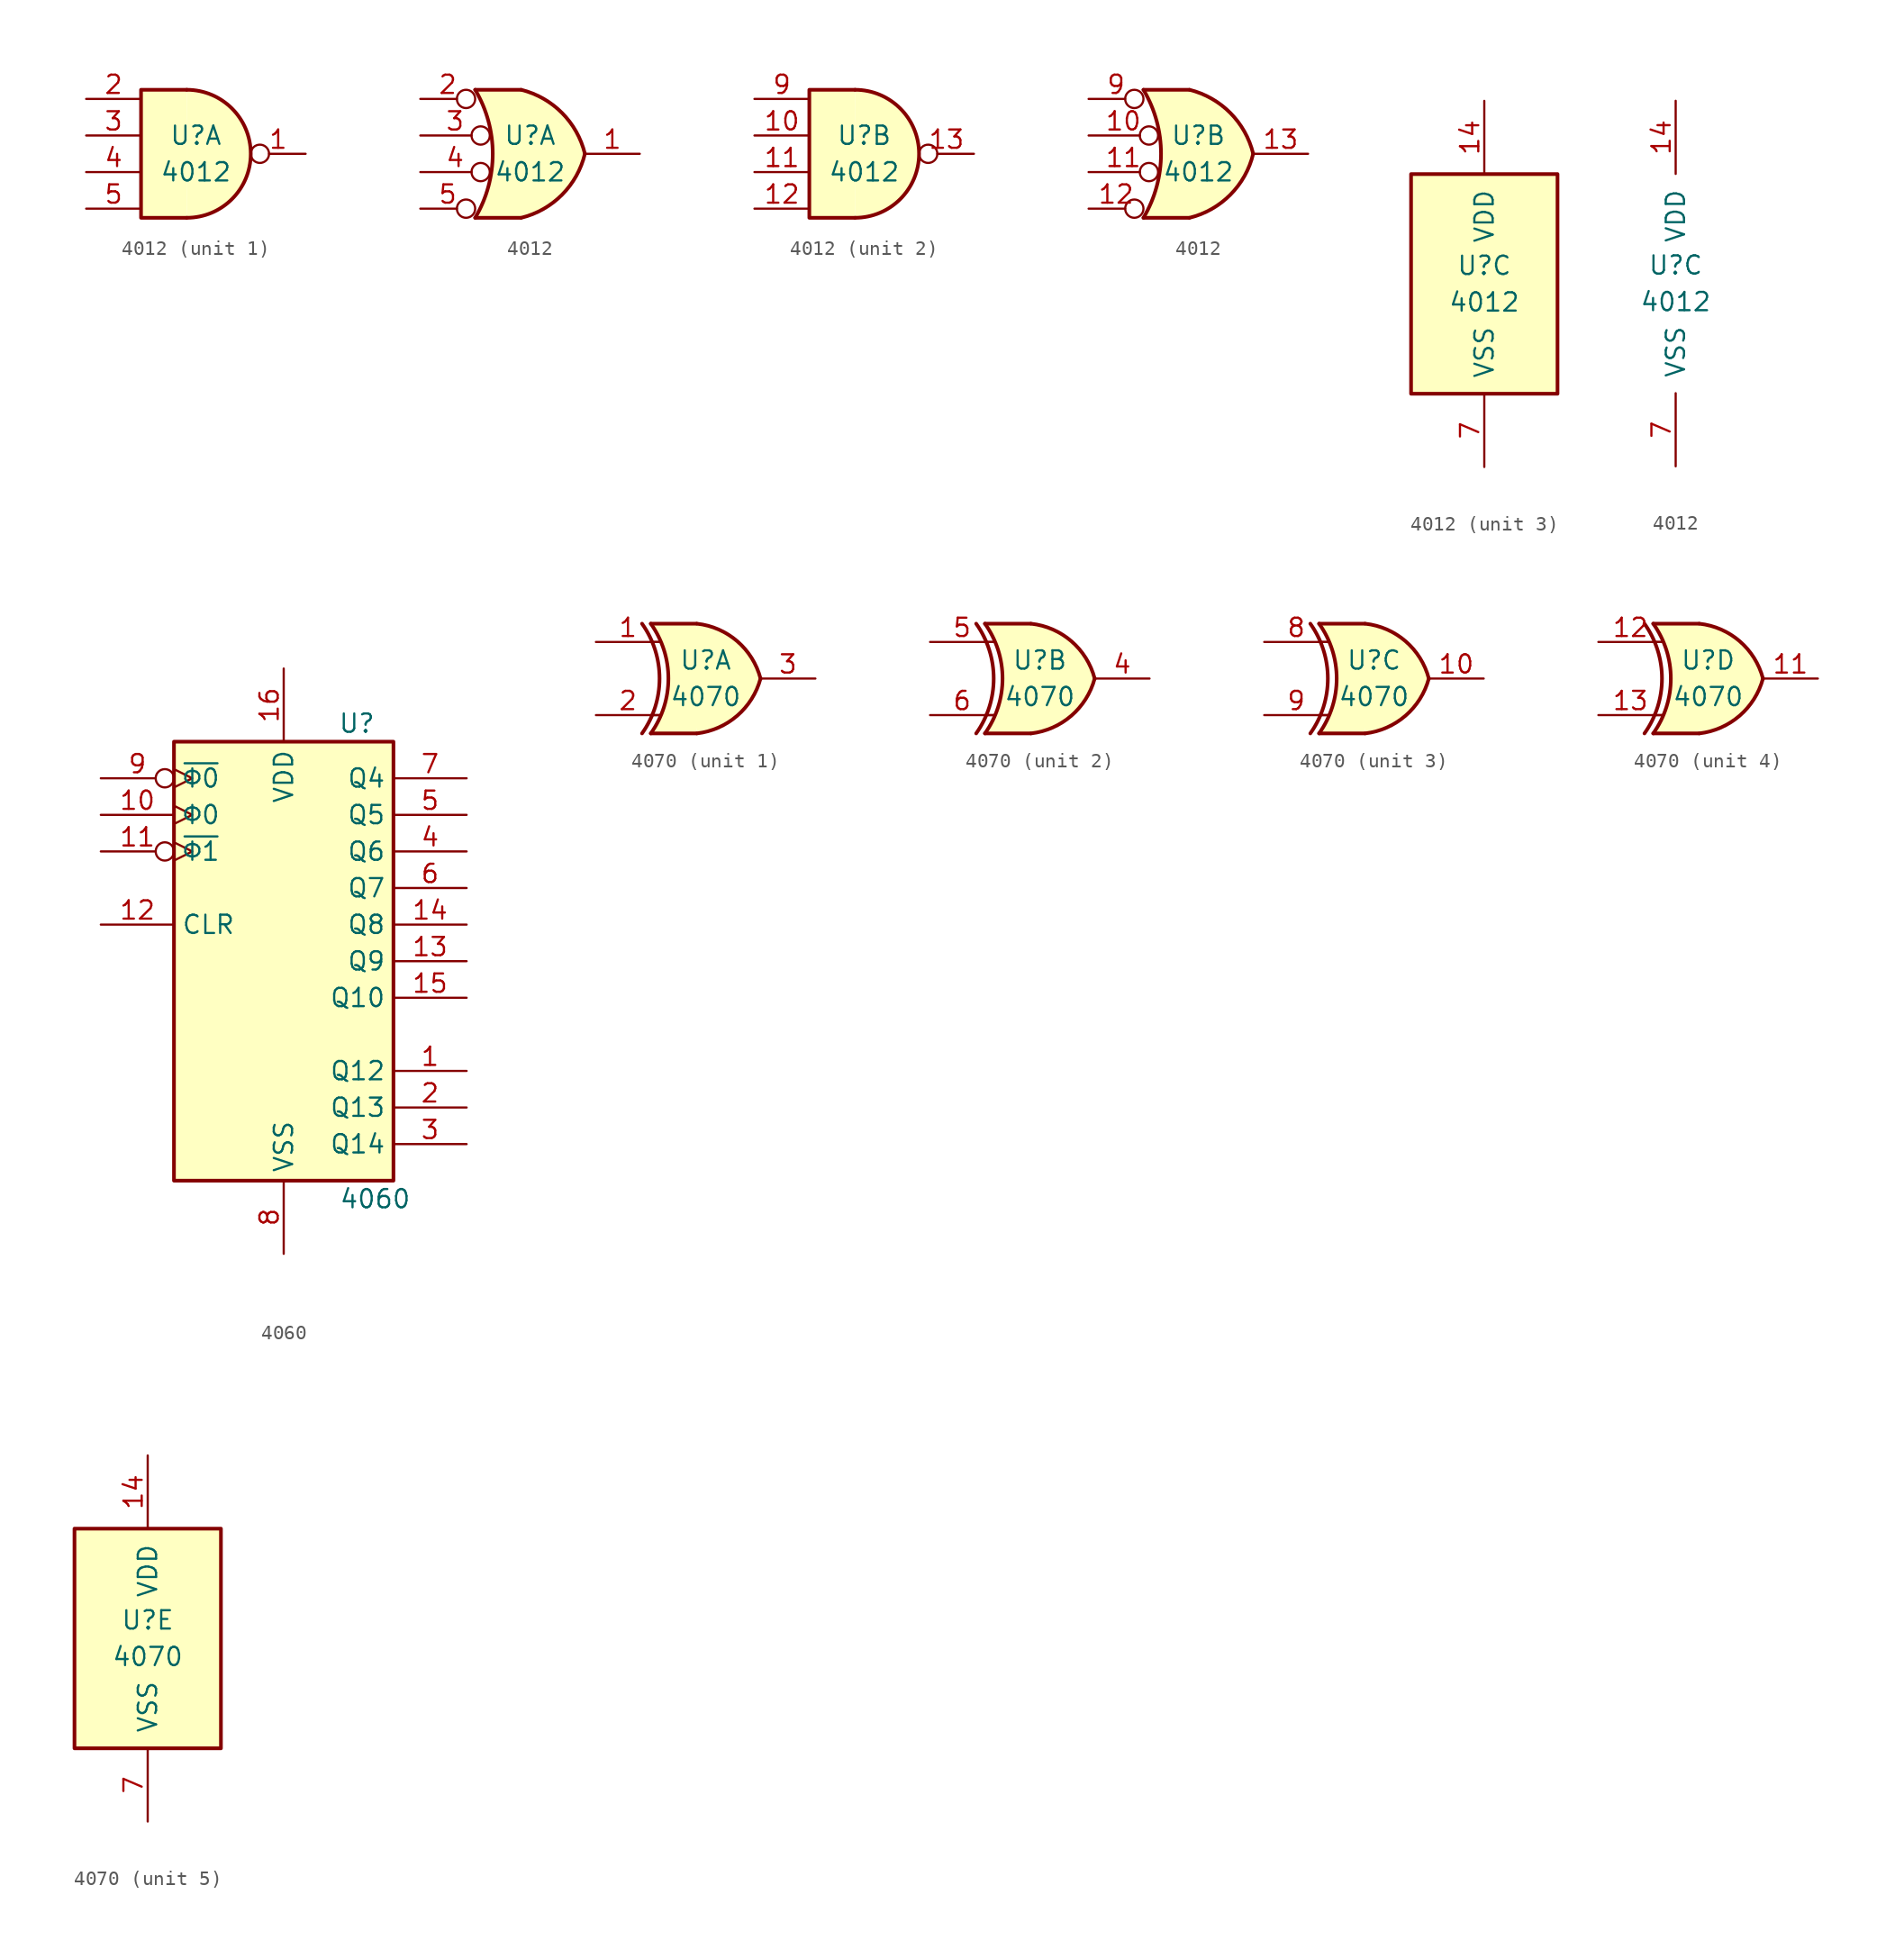
<source format=kicad_sym>
(kicad_symbol_lib
  (version 20241209)
  (generator "kicad_symbol_editor")
  (generator_version "9.0")
  (symbol "4012"
    (pin_names
      (offset 1.016))
    (property "Reference" "U"
      (at 0 1.27 0)
      (effects (font (size 1.27 1.27))))
    (property "Value" "4012"
      (at 0 -1.27 0)
      (effects (font (size 1.27 1.27))))
    (property "ki_locked" ""
      (at 0 0 0)
      (effects (font (size 1.27 1.27))))
    (symbol "4012_1_1"
      (arc (start -0.635 4.445) (mid 3.7907 0) (end -0.635 -4.445) (stroke (width 0.254) (type default)) (fill (type background)))
      (polyline (pts (xy -0.635 4.445) (xy -3.81 4.445) (xy -3.81 -4.445) (xy -0.635 -4.445)) (stroke (width 0.254) (type default)) (fill (type background)))
      (pin input line (at -7.62 3.81 0) (length 3.81) (name "~" (effects (font (size 1.27 1.27)))) (number "2" (effects (font (size 1.27 1.27)))))
      (pin input line (at -7.62 1.27 0) (length 3.81) (name "~" (effects (font (size 1.27 1.27)))) (number "3" (effects (font (size 1.27 1.27)))))
      (pin input line (at -7.62 -1.27 0) (length 3.81) (name "~" (effects (font (size 1.27 1.27)))) (number "4" (effects (font (size 1.27 1.27)))))
      (pin input line (at -7.62 -3.81 0) (length 3.81) (name "~" (effects (font (size 1.27 1.27)))) (number "5" (effects (font (size 1.27 1.27)))))
      (pin output inverted (at 7.62 0 180) (length 3.81) (name "~" (effects (font (size 1.27 1.27)))) (number "1" (effects (font (size 1.27 1.27))))))
    (symbol "4012_1_2"
      (arc (start -3.81 4.445) (mid -2.5908 0) (end -3.81 -4.445) (stroke (width 0.254) (type default)) (fill (type none)))
      (polyline (pts (xy -3.81 4.445) (xy -0.635 4.445)) (stroke (width 0.254) (type default)) (fill (type background)))
      (polyline (pts (xy -3.81 -4.445) (xy -0.635 -4.445)) (stroke (width 0.254) (type default)) (fill (type background)))
      (arc (start -0.6096 4.445) (mid 2.2198 2.8385) (end 3.81 0) (stroke (width 0.254) (type default)) (fill (type background)))
      (arc (start 3.81 0) (mid 2.224 -2.8428) (end -0.6096 -4.445) (stroke (width 0.254) (type default)) (fill (type background)))
      (polyline (pts (xy -0.635 4.445) (xy -3.81 4.445) (xy -3.81 4.445) (xy -3.632 4.089) (xy -3.099 2.921) (xy -2.769 1.676) (xy -2.616 0.432) (xy -2.642 -0.864) (xy -2.87 -2.108) (xy -3.251 -3.327) (xy -3.81 -4.445) (xy -3.81 -4.445) (xy -0.635 -4.445)) (stroke (width -25.4) (type default)) (fill (type background)))
      (pin input inverted (at -7.62 3.81 0) (length 3.81) (name "~" (effects (font (size 1.27 1.27)))) (number "2" (effects (font (size 1.27 1.27)))))
      (pin input inverted (at -7.62 1.27 0) (length 4.826) (name "~" (effects (font (size 1.27 1.27)))) (number "3" (effects (font (size 1.27 1.27)))))
      (pin input inverted (at -7.62 -1.27 0) (length 4.826) (name "~" (effects (font (size 1.27 1.27)))) (number "4" (effects (font (size 1.27 1.27)))))
      (pin input inverted (at -7.62 -3.81 0) (length 3.81) (name "~" (effects (font (size 1.27 1.27)))) (number "5" (effects (font (size 1.27 1.27)))))
      (pin output line (at 7.62 0 180) (length 3.81) (name "~" (effects (font (size 1.27 1.27)))) (number "1" (effects (font (size 1.27 1.27))))))
    (symbol "4012_2_1"
      (arc (start -0.635 4.445) (mid 3.7907 0) (end -0.635 -4.445) (stroke (width 0.254) (type default)) (fill (type background)))
      (polyline (pts (xy -0.635 4.445) (xy -3.81 4.445) (xy -3.81 -4.445) (xy -0.635 -4.445)) (stroke (width 0.254) (type default)) (fill (type background)))
      (pin input line (at -7.62 3.81 0) (length 3.81) (name "~" (effects (font (size 1.27 1.27)))) (number "9" (effects (font (size 1.27 1.27)))))
      (pin input line (at -7.62 1.27 0) (length 3.81) (name "~" (effects (font (size 1.27 1.27)))) (number "10" (effects (font (size 1.27 1.27)))))
      (pin input line (at -7.62 -1.27 0) (length 3.81) (name "~" (effects (font (size 1.27 1.27)))) (number "11" (effects (font (size 1.27 1.27)))))
      (pin input line (at -7.62 -3.81 0) (length 3.81) (name "~" (effects (font (size 1.27 1.27)))) (number "12" (effects (font (size 1.27 1.27)))))
      (pin output inverted (at 7.62 0 180) (length 3.81) (name "~" (effects (font (size 1.27 1.27)))) (number "13" (effects (font (size 1.27 1.27))))))
    (symbol "4012_2_2"
      (arc (start -3.81 4.445) (mid -2.5908 0) (end -3.81 -4.445) (stroke (width 0.254) (type default)) (fill (type none)))
      (polyline (pts (xy -3.81 4.445) (xy -0.635 4.445)) (stroke (width 0.254) (type default)) (fill (type background)))
      (polyline (pts (xy -3.81 -4.445) (xy -0.635 -4.445)) (stroke (width 0.254) (type default)) (fill (type background)))
      (arc (start -0.6096 4.445) (mid 2.2198 2.8385) (end 3.81 0) (stroke (width 0.254) (type default)) (fill (type background)))
      (arc (start 3.81 0) (mid 2.224 -2.8428) (end -0.6096 -4.445) (stroke (width 0.254) (type default)) (fill (type background)))
      (polyline (pts (xy -0.635 4.445) (xy -3.81 4.445) (xy -3.81 4.445) (xy -3.632 4.089) (xy -3.099 2.921) (xy -2.769 1.676) (xy -2.616 0.432) (xy -2.642 -0.864) (xy -2.87 -2.108) (xy -3.251 -3.327) (xy -3.81 -4.445) (xy -3.81 -4.445) (xy -0.635 -4.445)) (stroke (width -25.4) (type default)) (fill (type background)))
      (pin input inverted (at -7.62 3.81 0) (length 3.81) (name "~" (effects (font (size 1.27 1.27)))) (number "9" (effects (font (size 1.27 1.27)))))
      (pin input inverted (at -7.62 1.27 0) (length 4.826) (name "~" (effects (font (size 1.27 1.27)))) (number "10" (effects (font (size 1.27 1.27)))))
      (pin input inverted (at -7.62 -1.27 0) (length 4.826) (name "~" (effects (font (size 1.27 1.27)))) (number "11" (effects (font (size 1.27 1.27)))))
      (pin input inverted (at -7.62 -3.81 0) (length 3.81) (name "~" (effects (font (size 1.27 1.27)))) (number "12" (effects (font (size 1.27 1.27)))))
      (pin output line (at 7.62 0 180) (length 3.81) (name "~" (effects (font (size 1.27 1.27)))) (number "13" (effects (font (size 1.27 1.27))))))
    (symbol "4012_3_0"
      (pin power_in line (at 0 12.7 270) (length 5.08) (name "VDD" (effects (font (size 1.27 1.27)))) (number "14" (effects (font (size 1.27 1.27)))))
      (pin power_in line (at 0 -12.7 90) (length 5.08) (name "VSS" (effects (font (size 1.27 1.27)))) (number "7" (effects (font (size 1.27 1.27))))))
    (symbol "4012_3_1"
      (rectangle (start -5.08 7.62) (end 5.08 -7.62) (stroke (width 0.254) (type default)) (fill (type background)))))
  (symbol "4060"
    (property "Reference" "U"
      (at 5.08 16.51 0)
      (effects (font (size 1.27 1.27))))
    (property "Value" "4060"
      (at 6.35 -16.51 0)
      (effects (font (size 1.27 1.27))))
    (symbol "4060_1_0"
      (pin input inverted_clock (at -12.7 12.7 0) (length 5.08) (name "~{Φ0}" (effects (font (size 1.27 1.27)))) (number "9" (effects (font (size 1.27 1.27)))))
      (pin input clock (at -12.7 10.16 0) (length 5.08) (name "Φ0" (effects (font (size 1.27 1.27)))) (number "10" (effects (font (size 1.27 1.27)))))
      (pin input inverted_clock (at -12.7 7.62 0) (length 5.08) (name "~{Φ1}" (effects (font (size 1.27 1.27)))) (number "11" (effects (font (size 1.27 1.27)))))
      (pin input line (at -12.7 2.54 0) (length 5.08) (name "CLR" (effects (font (size 1.27 1.27)))) (number "12" (effects (font (size 1.27 1.27)))))
      (pin power_in line (at 0 20.32 270) (length 5.08) (name "VDD" (effects (font (size 1.27 1.27)))) (number "16" (effects (font (size 1.27 1.27)))))
      (pin power_in line (at 0 -20.32 90) (length 5.08) (name "VSS" (effects (font (size 1.27 1.27)))) (number "8" (effects (font (size 1.27 1.27)))))
      (pin output line (at 12.7 12.7 180) (length 5.08) (name "Q4" (effects (font (size 1.27 1.27)))) (number "7" (effects (font (size 1.27 1.27)))))
      (pin output line (at 12.7 10.16 180) (length 5.08) (name "Q5" (effects (font (size 1.27 1.27)))) (number "5" (effects (font (size 1.27 1.27)))))
      (pin output line (at 12.7 7.62 180) (length 5.08) (name "Q6" (effects (font (size 1.27 1.27)))) (number "4" (effects (font (size 1.27 1.27)))))
      (pin output line (at 12.7 5.08 180) (length 5.08) (name "Q7" (effects (font (size 1.27 1.27)))) (number "6" (effects (font (size 1.27 1.27)))))
      (pin output line (at 12.7 2.54 180) (length 5.08) (name "Q8" (effects (font (size 1.27 1.27)))) (number "14" (effects (font (size 1.27 1.27)))))
      (pin output line (at 12.7 0 180) (length 5.08) (name "Q9" (effects (font (size 1.27 1.27)))) (number "13" (effects (font (size 1.27 1.27)))))
      (pin output line (at 12.7 -2.54 180) (length 5.08) (name "Q10" (effects (font (size 1.27 1.27)))) (number "15" (effects (font (size 1.27 1.27)))))
      (pin output line (at 12.7 -7.62 180) (length 5.08) (name "Q12" (effects (font (size 1.27 1.27)))) (number "1" (effects (font (size 1.27 1.27)))))
      (pin output line (at 12.7 -10.16 180) (length 5.08) (name "Q13" (effects (font (size 1.27 1.27)))) (number "2" (effects (font (size 1.27 1.27)))))
      (pin output line (at 12.7 -12.7 180) (length 5.08) (name "Q14" (effects (font (size 1.27 1.27)))) (number "3" (effects (font (size 1.27 1.27))))))
    (symbol "4060_1_1"
      (rectangle (start -7.62 15.24) (end 7.62 -15.24) (stroke (width 0.254) (type default)) (fill (type background)))))
  (symbol "4070"
    (pin_names
      (offset 1.016))
    (property "Reference" "U"
      (at 0 1.27 0)
      (effects (font (size 1.27 1.27))))
    (property "Value" "4070"
      (at 0 -1.27 0)
      (effects (font (size 1.27 1.27))))
    (property "ki_locked" ""
      (at 0 0 0)
      (effects (font (size 1.27 1.27))))
    (symbol "4070_1_0"
      (arc (start -4.4196 3.81) (mid -3.2033 0) (end -4.4196 -3.81) (stroke (width 0.254) (type default)) (fill (type none)))
      (arc (start -3.81 3.81) (mid -2.589 0) (end -3.81 -3.81) (stroke (width 0.254) (type default)) (fill (type none)))
      (polyline (pts (xy -3.81 3.81) (xy -0.635 3.81)) (stroke (width 0.254) (type default)) (fill (type background)))
      (polyline (pts (xy -3.81 -3.81) (xy -0.635 -3.81)) (stroke (width 0.254) (type default)) (fill (type background)))
      (arc (start 3.81 0) (mid 2.1855 -2.584) (end -0.6096 -3.81) (stroke (width 0.254) (type default)) (fill (type background)))
      (arc (start -0.6096 3.81) (mid 2.1928 2.5924) (end 3.81 0) (stroke (width 0.254) (type default)) (fill (type background)))
      (polyline (pts (xy -0.635 3.81) (xy -3.81 3.81) (xy -3.81 3.81) (xy -3.556 3.404) (xy -3.023 2.261) (xy -2.692 1.041) (xy -2.616 -0.254) (xy -2.769 -1.499) (xy -3.175 -2.718) (xy -3.81 -3.81) (xy -3.81 -3.81) (xy -0.635 -3.81)) (stroke (width -25.4) (type default)) (fill (type background)))
      (pin input line (at -7.62 2.54 0) (length 4.445) (name "~" (effects (font (size 1.27 1.27)))) (number "1" (effects (font (size 1.27 1.27)))))
      (pin input line (at -7.62 -2.54 0) (length 4.445) (name "~" (effects (font (size 1.27 1.27)))) (number "2" (effects (font (size 1.27 1.27)))))
      (pin output line (at 7.62 0 180) (length 3.81) (name "~" (effects (font (size 1.27 1.27)))) (number "3" (effects (font (size 1.27 1.27))))))
    (symbol "4070_1_1"
      (polyline (pts (xy -3.81 2.54) (xy -3.175 2.54)) (stroke (width 0.152) (type default)) (fill (type none)))
      (polyline (pts (xy -3.81 -2.54) (xy -3.175 -2.54)) (stroke (width 0.152) (type default)) (fill (type none))))
    (symbol "4070_2_0"
      (arc (start -4.4196 3.81) (mid -3.2033 0) (end -4.4196 -3.81) (stroke (width 0.254) (type default)) (fill (type none)))
      (arc (start -3.81 3.81) (mid -2.589 0) (end -3.81 -3.81) (stroke (width 0.254) (type default)) (fill (type none)))
      (polyline (pts (xy -3.81 3.81) (xy -0.635 3.81)) (stroke (width 0.254) (type default)) (fill (type background)))
      (polyline (pts (xy -3.81 -3.81) (xy -0.635 -3.81)) (stroke (width 0.254) (type default)) (fill (type background)))
      (arc (start 3.81 0) (mid 2.1855 -2.584) (end -0.6096 -3.81) (stroke (width 0.254) (type default)) (fill (type background)))
      (arc (start -0.6096 3.81) (mid 2.1928 2.5924) (end 3.81 0) (stroke (width 0.254) (type default)) (fill (type background)))
      (polyline (pts (xy -0.635 3.81) (xy -3.81 3.81) (xy -3.81 3.81) (xy -3.556 3.404) (xy -3.023 2.261) (xy -2.692 1.041) (xy -2.616 -0.254) (xy -2.769 -1.499) (xy -3.175 -2.718) (xy -3.81 -3.81) (xy -3.81 -3.81) (xy -0.635 -3.81)) (stroke (width -25.4) (type default)) (fill (type background)))
      (pin input line (at -7.62 2.54 0) (length 4.445) (name "~" (effects (font (size 1.27 1.27)))) (number "5" (effects (font (size 1.27 1.27)))))
      (pin input line (at -7.62 -2.54 0) (length 4.445) (name "~" (effects (font (size 1.27 1.27)))) (number "6" (effects (font (size 1.27 1.27)))))
      (pin output line (at 7.62 0 180) (length 3.81) (name "~" (effects (font (size 1.27 1.27)))) (number "4" (effects (font (size 1.27 1.27))))))
    (symbol "4070_2_1"
      (polyline (pts (xy -3.81 2.54) (xy -3.175 2.54)) (stroke (width 0.152) (type default)) (fill (type none)))
      (polyline (pts (xy -3.81 -2.54) (xy -3.175 -2.54)) (stroke (width 0.152) (type default)) (fill (type none))))
    (symbol "4070_3_0"
      (arc (start -4.4196 3.81) (mid -3.2033 0) (end -4.4196 -3.81) (stroke (width 0.254) (type default)) (fill (type none)))
      (arc (start -3.81 3.81) (mid -2.589 0) (end -3.81 -3.81) (stroke (width 0.254) (type default)) (fill (type none)))
      (polyline (pts (xy -3.81 3.81) (xy -0.635 3.81)) (stroke (width 0.254) (type default)) (fill (type background)))
      (polyline (pts (xy -3.81 -3.81) (xy -0.635 -3.81)) (stroke (width 0.254) (type default)) (fill (type background)))
      (arc (start 3.81 0) (mid 2.1855 -2.584) (end -0.6096 -3.81) (stroke (width 0.254) (type default)) (fill (type background)))
      (arc (start -0.6096 3.81) (mid 2.1928 2.5924) (end 3.81 0) (stroke (width 0.254) (type default)) (fill (type background)))
      (polyline (pts (xy -0.635 3.81) (xy -3.81 3.81) (xy -3.81 3.81) (xy -3.556 3.404) (xy -3.023 2.261) (xy -2.692 1.041) (xy -2.616 -0.254) (xy -2.769 -1.499) (xy -3.175 -2.718) (xy -3.81 -3.81) (xy -3.81 -3.81) (xy -0.635 -3.81)) (stroke (width -25.4) (type default)) (fill (type background)))
      (pin input line (at -7.62 2.54 0) (length 4.445) (name "~" (effects (font (size 1.27 1.27)))) (number "8" (effects (font (size 1.27 1.27)))))
      (pin input line (at -7.62 -2.54 0) (length 4.445) (name "~" (effects (font (size 1.27 1.27)))) (number "9" (effects (font (size 1.27 1.27)))))
      (pin output line (at 7.62 0 180) (length 3.81) (name "~" (effects (font (size 1.27 1.27)))) (number "10" (effects (font (size 1.27 1.27))))))
    (symbol "4070_3_1"
      (polyline (pts (xy -3.81 2.54) (xy -3.175 2.54)) (stroke (width 0.152) (type default)) (fill (type none)))
      (polyline (pts (xy -3.81 -2.54) (xy -3.175 -2.54)) (stroke (width 0.152) (type default)) (fill (type none))))
    (symbol "4070_4_0"
      (arc (start -4.4196 3.81) (mid -3.2033 0) (end -4.4196 -3.81) (stroke (width 0.254) (type default)) (fill (type none)))
      (arc (start -3.81 3.81) (mid -2.589 0) (end -3.81 -3.81) (stroke (width 0.254) (type default)) (fill (type none)))
      (polyline (pts (xy -3.81 3.81) (xy -0.635 3.81)) (stroke (width 0.254) (type default)) (fill (type background)))
      (polyline (pts (xy -3.81 -3.81) (xy -0.635 -3.81)) (stroke (width 0.254) (type default)) (fill (type background)))
      (arc (start 3.81 0) (mid 2.1855 -2.584) (end -0.6096 -3.81) (stroke (width 0.254) (type default)) (fill (type background)))
      (arc (start -0.6096 3.81) (mid 2.1928 2.5924) (end 3.81 0) (stroke (width 0.254) (type default)) (fill (type background)))
      (polyline (pts (xy -0.635 3.81) (xy -3.81 3.81) (xy -3.81 3.81) (xy -3.556 3.404) (xy -3.023 2.261) (xy -2.692 1.041) (xy -2.616 -0.254) (xy -2.769 -1.499) (xy -3.175 -2.718) (xy -3.81 -3.81) (xy -3.81 -3.81) (xy -0.635 -3.81)) (stroke (width -25.4) (type default)) (fill (type background)))
      (pin input line (at -7.62 2.54 0) (length 4.445) (name "~" (effects (font (size 1.27 1.27)))) (number "12" (effects (font (size 1.27 1.27)))))
      (pin input line (at -7.62 -2.54 0) (length 4.445) (name "~" (effects (font (size 1.27 1.27)))) (number "13" (effects (font (size 1.27 1.27)))))
      (pin output line (at 7.62 0 180) (length 3.81) (name "~" (effects (font (size 1.27 1.27)))) (number "11" (effects (font (size 1.27 1.27))))))
    (symbol "4070_4_1"
      (polyline (pts (xy -3.81 2.54) (xy -3.175 2.54)) (stroke (width 0.152) (type default)) (fill (type none)))
      (polyline (pts (xy -3.81 -2.54) (xy -3.175 -2.54)) (stroke (width 0.152) (type default)) (fill (type none))))
    (symbol "4070_5_0"
      (pin power_in line (at 0 12.7 270) (length 5.08) (name "VDD" (effects (font (size 1.27 1.27)))) (number "14" (effects (font (size 1.27 1.27)))))
      (pin power_in line (at 0 -12.7 90) (length 5.08) (name "VSS" (effects (font (size 1.27 1.27)))) (number "7" (effects (font (size 1.27 1.27))))))
    (symbol "4070_5_1"
      (rectangle (start -5.08 7.62) (end 5.08 -7.62) (stroke (width 0.254) (type default)) (fill (type background))))))
</source>
